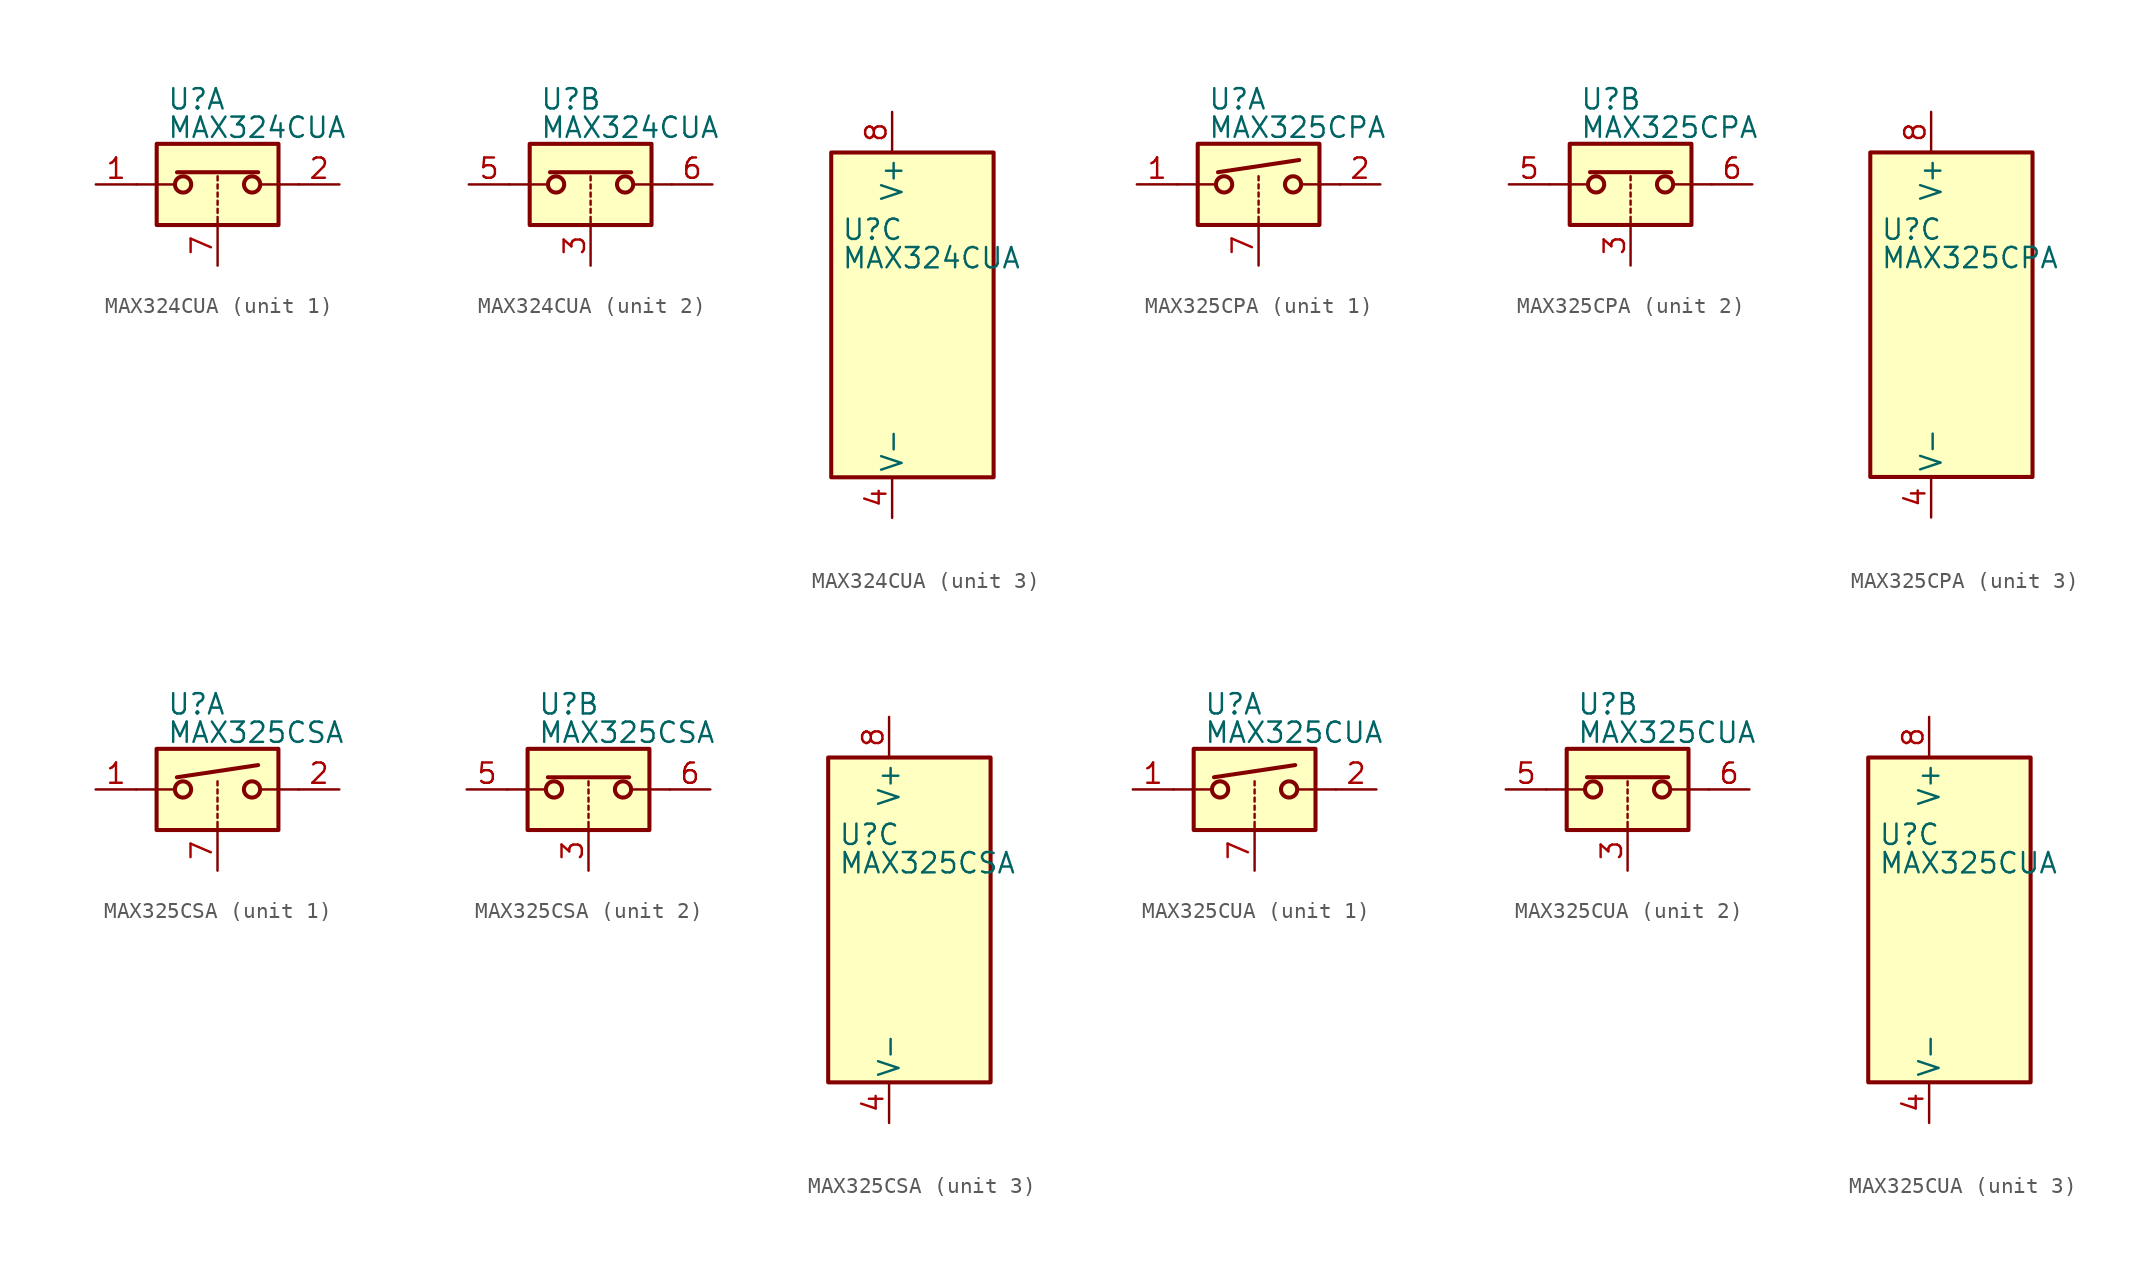
<source format=kicad_sym>
(kicad_symbol_lib
  (version 20220914)
  (generator kicad_symbol_editor)
  (symbol "MAX324CUA"
    (pin_names
      (offset 0.254))
    (property "Reference" "U"
      (at -3.175 5.334 0)
      (effects (font (size 1.27 1.27)) (justify left)))
    (property "Value" "MAX324CUA"
      (at -3.175 3.556 0)
      (effects (font (size 1.27 1.27)) (justify left)))
    (symbol "MAX324CUA_1_1"
      (rectangle (start -3.81 2.54) (end 3.81 -2.54) (stroke (width 0.254) (type default)) (fill (type background)))
      (circle (center -2.159 0) (radius 0.508) (stroke (width 0.254) (type default)) (fill (type none)))
      (polyline (pts (xy -5.08 0) (xy -2.794 0)) (stroke (width 0) (type default)) (fill (type none)))
      (polyline (pts (xy -2.54 0.762) (xy 2.54 0.762)) (stroke (width 0.254) (type default)) (fill (type none)))
      (polyline (pts (xy 0 -2.54) (xy 0 -2.032)) (stroke (width 0) (type default)) (fill (type none)))
      (polyline (pts (xy 0 -1.778) (xy 0 -1.524)) (stroke (width 0) (type default)) (fill (type none)))
      (polyline (pts (xy 0 -1.27) (xy 0 -1.016)) (stroke (width 0) (type default)) (fill (type none)))
      (polyline (pts (xy 0 -0.762) (xy 0 -0.508)) (stroke (width 0) (type default)) (fill (type none)))
      (polyline (pts (xy 0 -0.254) (xy 0 0)) (stroke (width 0) (type default)) (fill (type none)))
      (polyline (pts (xy 0 0.254) (xy 0 0.508)) (stroke (width 0) (type default)) (fill (type none)))
      (polyline (pts (xy 5.08 0) (xy 2.794 0)) (stroke (width 0) (type default)) (fill (type none)))
      (circle (center 2.159 0) (radius 0.508) (stroke (width 0.254) (type default)) (fill (type none)))
      (pin passive line (at -7.62 0 0) (length 2.54) (name "~" (effects (font (size 1.27 1.27)))) (number "1" (effects (font (size 1.27 1.27)))))
      (pin passive line (at 7.62 0 180) (length 2.54) (name "~" (effects (font (size 1.27 1.27)))) (number "2" (effects (font (size 1.27 1.27)))))
      (pin input line (at 0 -5.08 90) (length 2.54) (name "~" (effects (font (size 1.27 1.27)))) (number "7" (effects (font (size 1.27 1.27))))))
    (symbol "MAX324CUA_2_1"
      (rectangle (start -3.81 2.54) (end 3.81 -2.54) (stroke (width 0.254) (type default)) (fill (type background)))
      (circle (center -2.159 0) (radius 0.508) (stroke (width 0.254) (type default)) (fill (type none)))
      (polyline (pts (xy -5.08 0) (xy -2.794 0)) (stroke (width 0) (type default)) (fill (type none)))
      (polyline (pts (xy -2.54 0.762) (xy 2.54 0.762)) (stroke (width 0.254) (type default)) (fill (type none)))
      (polyline (pts (xy 0 -2.54) (xy 0 -2.032)) (stroke (width 0) (type default)) (fill (type none)))
      (polyline (pts (xy 0 -1.778) (xy 0 -1.524)) (stroke (width 0) (type default)) (fill (type none)))
      (polyline (pts (xy 0 -1.27) (xy 0 -1.016)) (stroke (width 0) (type default)) (fill (type none)))
      (polyline (pts (xy 0 -0.762) (xy 0 -0.508)) (stroke (width 0) (type default)) (fill (type none)))
      (polyline (pts (xy 0 -0.254) (xy 0 0)) (stroke (width 0) (type default)) (fill (type none)))
      (polyline (pts (xy 0 0.254) (xy 0 0.508)) (stroke (width 0) (type default)) (fill (type none)))
      (polyline (pts (xy 5.08 0) (xy 2.794 0)) (stroke (width 0) (type default)) (fill (type none)))
      (circle (center 2.159 0) (radius 0.508) (stroke (width 0.254) (type default)) (fill (type none)))
      (pin input line (at 0 -5.08 90) (length 2.54) (name "~" (effects (font (size 1.27 1.27)))) (number "3" (effects (font (size 1.27 1.27)))))
      (pin passive line (at -7.62 0 0) (length 2.54) (name "~" (effects (font (size 1.27 1.27)))) (number "5" (effects (font (size 1.27 1.27)))))
      (pin passive line (at 7.62 0 180) (length 2.54) (name "~" (effects (font (size 1.27 1.27)))) (number "6" (effects (font (size 1.27 1.27))))))
    (symbol "MAX324CUA_3_0"
      (pin power_in line (at 0 -12.7 90) (length 2.54) (name "V-" (effects (font (size 1.27 1.27)))) (number "4" (effects (font (size 1.27 1.27)))))
      (pin power_in line (at 0 12.7 270) (length 2.54) (name "V+" (effects (font (size 1.27 1.27)))) (number "8" (effects (font (size 1.27 1.27))))))
    (symbol "MAX324CUA_3_1"
      (rectangle (start -3.81 10.16) (end 6.35 -10.16) (stroke (width 0.254) (type default)) (fill (type background)))))
  (symbol "MAX325CPA"
    (pin_names
      (offset 0.254))
    (property "Reference" "U"
      (at -3.175 5.334 0)
      (effects (font (size 1.27 1.27)) (justify left)))
    (property "Value" "MAX325CPA"
      (at -3.175 3.556 0)
      (effects (font (size 1.27 1.27)) (justify left)))
    (symbol "MAX325CPA_1_1"
      (rectangle (start -3.81 2.54) (end 3.81 -2.54) (stroke (width 0.254) (type default)) (fill (type background)))
      (circle (center -2.159 0) (radius 0.508) (stroke (width 0.254) (type default)) (fill (type none)))
      (polyline (pts (xy -5.08 0) (xy -2.794 0)) (stroke (width 0) (type default)) (fill (type none)))
      (polyline (pts (xy -2.54 0.762) (xy 2.54 1.524)) (stroke (width 0.254) (type default)) (fill (type none)))
      (polyline (pts (xy 0 -2.54) (xy 0 -2.032)) (stroke (width 0) (type default)) (fill (type none)))
      (polyline (pts (xy 0 -1.778) (xy 0 -1.524)) (stroke (width 0) (type default)) (fill (type none)))
      (polyline (pts (xy 0 -1.27) (xy 0 -1.016)) (stroke (width 0) (type default)) (fill (type none)))
      (polyline (pts (xy 0 -0.762) (xy 0 -0.508)) (stroke (width 0) (type default)) (fill (type none)))
      (polyline (pts (xy 0 -0.254) (xy 0 0)) (stroke (width 0) (type default)) (fill (type none)))
      (polyline (pts (xy 0 0.254) (xy 0 0.508)) (stroke (width 0) (type default)) (fill (type none)))
      (polyline (pts (xy 5.08 0) (xy 2.794 0)) (stroke (width 0) (type default)) (fill (type none)))
      (circle (center 2.159 0) (radius 0.508) (stroke (width 0.254) (type default)) (fill (type none)))
      (pin passive line (at -7.62 0 0) (length 2.54) (name "~" (effects (font (size 1.27 1.27)))) (number "1" (effects (font (size 1.27 1.27)))))
      (pin passive line (at 7.62 0 180) (length 2.54) (name "~" (effects (font (size 1.27 1.27)))) (number "2" (effects (font (size 1.27 1.27)))))
      (pin input line (at 0 -5.08 90) (length 2.54) (name "~" (effects (font (size 1.27 1.27)))) (number "7" (effects (font (size 1.27 1.27))))))
    (symbol "MAX325CPA_2_1"
      (rectangle (start -3.81 2.54) (end 3.81 -2.54) (stroke (width 0.254) (type default)) (fill (type background)))
      (circle (center -2.159 0) (radius 0.508) (stroke (width 0.254) (type default)) (fill (type none)))
      (polyline (pts (xy -5.08 0) (xy -2.794 0)) (stroke (width 0) (type default)) (fill (type none)))
      (polyline (pts (xy -2.54 0.762) (xy 2.54 0.762)) (stroke (width 0.254) (type default)) (fill (type none)))
      (polyline (pts (xy 0 -2.54) (xy 0 -2.032)) (stroke (width 0) (type default)) (fill (type none)))
      (polyline (pts (xy 0 -1.778) (xy 0 -1.524)) (stroke (width 0) (type default)) (fill (type none)))
      (polyline (pts (xy 0 -1.27) (xy 0 -1.016)) (stroke (width 0) (type default)) (fill (type none)))
      (polyline (pts (xy 0 -0.762) (xy 0 -0.508)) (stroke (width 0) (type default)) (fill (type none)))
      (polyline (pts (xy 0 -0.254) (xy 0 0)) (stroke (width 0) (type default)) (fill (type none)))
      (polyline (pts (xy 0 0.254) (xy 0 0.508)) (stroke (width 0) (type default)) (fill (type none)))
      (polyline (pts (xy 5.08 0) (xy 2.794 0)) (stroke (width 0) (type default)) (fill (type none)))
      (circle (center 2.159 0) (radius 0.508) (stroke (width 0.254) (type default)) (fill (type none)))
      (pin input line (at 0 -5.08 90) (length 2.54) (name "~" (effects (font (size 1.27 1.27)))) (number "3" (effects (font (size 1.27 1.27)))))
      (pin passive line (at -7.62 0 0) (length 2.54) (name "~" (effects (font (size 1.27 1.27)))) (number "5" (effects (font (size 1.27 1.27)))))
      (pin passive line (at 7.62 0 180) (length 2.54) (name "~" (effects (font (size 1.27 1.27)))) (number "6" (effects (font (size 1.27 1.27))))))
    (symbol "MAX325CPA_3_0"
      (pin power_in line (at 0 -12.7 90) (length 2.54) (name "V-" (effects (font (size 1.27 1.27)))) (number "4" (effects (font (size 1.27 1.27)))))
      (pin power_in line (at 0 12.7 270) (length 2.54) (name "V+" (effects (font (size 1.27 1.27)))) (number "8" (effects (font (size 1.27 1.27))))))
    (symbol "MAX325CPA_3_1"
      (rectangle (start -3.81 10.16) (end 6.35 -10.16) (stroke (width 0.254) (type default)) (fill (type background)))))
  (symbol "MAX325CSA"
    (pin_names
      (offset 0.254))
    (property "Reference" "U"
      (at -3.175 5.334 0)
      (effects (font (size 1.27 1.27)) (justify left)))
    (property "Value" "MAX325CSA"
      (at -3.175 3.556 0)
      (effects (font (size 1.27 1.27)) (justify left)))
    (symbol "MAX325CSA_1_1"
      (rectangle (start -3.81 2.54) (end 3.81 -2.54) (stroke (width 0.254) (type default)) (fill (type background)))
      (circle (center -2.159 0) (radius 0.508) (stroke (width 0.254) (type default)) (fill (type none)))
      (polyline (pts (xy -5.08 0) (xy -2.794 0)) (stroke (width 0) (type default)) (fill (type none)))
      (polyline (pts (xy -2.54 0.762) (xy 2.54 1.524)) (stroke (width 0.254) (type default)) (fill (type none)))
      (polyline (pts (xy 0 -2.54) (xy 0 -2.032)) (stroke (width 0) (type default)) (fill (type none)))
      (polyline (pts (xy 0 -1.778) (xy 0 -1.524)) (stroke (width 0) (type default)) (fill (type none)))
      (polyline (pts (xy 0 -1.27) (xy 0 -1.016)) (stroke (width 0) (type default)) (fill (type none)))
      (polyline (pts (xy 0 -0.762) (xy 0 -0.508)) (stroke (width 0) (type default)) (fill (type none)))
      (polyline (pts (xy 0 -0.254) (xy 0 0)) (stroke (width 0) (type default)) (fill (type none)))
      (polyline (pts (xy 0 0.254) (xy 0 0.508)) (stroke (width 0) (type default)) (fill (type none)))
      (polyline (pts (xy 5.08 0) (xy 2.794 0)) (stroke (width 0) (type default)) (fill (type none)))
      (circle (center 2.159 0) (radius 0.508) (stroke (width 0.254) (type default)) (fill (type none)))
      (pin passive line (at -7.62 0 0) (length 2.54) (name "~" (effects (font (size 1.27 1.27)))) (number "1" (effects (font (size 1.27 1.27)))))
      (pin passive line (at 7.62 0 180) (length 2.54) (name "~" (effects (font (size 1.27 1.27)))) (number "2" (effects (font (size 1.27 1.27)))))
      (pin input line (at 0 -5.08 90) (length 2.54) (name "~" (effects (font (size 1.27 1.27)))) (number "7" (effects (font (size 1.27 1.27))))))
    (symbol "MAX325CSA_2_1"
      (rectangle (start -3.81 2.54) (end 3.81 -2.54) (stroke (width 0.254) (type default)) (fill (type background)))
      (circle (center -2.159 0) (radius 0.508) (stroke (width 0.254) (type default)) (fill (type none)))
      (polyline (pts (xy -5.08 0) (xy -2.794 0)) (stroke (width 0) (type default)) (fill (type none)))
      (polyline (pts (xy -2.54 0.762) (xy 2.54 0.762)) (stroke (width 0.254) (type default)) (fill (type none)))
      (polyline (pts (xy 0 -2.54) (xy 0 -2.032)) (stroke (width 0) (type default)) (fill (type none)))
      (polyline (pts (xy 0 -1.778) (xy 0 -1.524)) (stroke (width 0) (type default)) (fill (type none)))
      (polyline (pts (xy 0 -1.27) (xy 0 -1.016)) (stroke (width 0) (type default)) (fill (type none)))
      (polyline (pts (xy 0 -0.762) (xy 0 -0.508)) (stroke (width 0) (type default)) (fill (type none)))
      (polyline (pts (xy 0 -0.254) (xy 0 0)) (stroke (width 0) (type default)) (fill (type none)))
      (polyline (pts (xy 0 0.254) (xy 0 0.508)) (stroke (width 0) (type default)) (fill (type none)))
      (polyline (pts (xy 5.08 0) (xy 2.794 0)) (stroke (width 0) (type default)) (fill (type none)))
      (circle (center 2.159 0) (radius 0.508) (stroke (width 0.254) (type default)) (fill (type none)))
      (pin input line (at 0 -5.08 90) (length 2.54) (name "~" (effects (font (size 1.27 1.27)))) (number "3" (effects (font (size 1.27 1.27)))))
      (pin passive line (at -7.62 0 0) (length 2.54) (name "~" (effects (font (size 1.27 1.27)))) (number "5" (effects (font (size 1.27 1.27)))))
      (pin passive line (at 7.62 0 180) (length 2.54) (name "~" (effects (font (size 1.27 1.27)))) (number "6" (effects (font (size 1.27 1.27))))))
    (symbol "MAX325CSA_3_0"
      (pin power_in line (at 0 -12.7 90) (length 2.54) (name "V-" (effects (font (size 1.27 1.27)))) (number "4" (effects (font (size 1.27 1.27)))))
      (pin power_in line (at 0 12.7 270) (length 2.54) (name "V+" (effects (font (size 1.27 1.27)))) (number "8" (effects (font (size 1.27 1.27))))))
    (symbol "MAX325CSA_3_1"
      (rectangle (start -3.81 10.16) (end 6.35 -10.16) (stroke (width 0.254) (type default)) (fill (type background)))))
  (symbol "MAX325CUA"
    (pin_names
      (offset 0.254))
    (property "Reference" "U"
      (at -3.175 5.334 0)
      (effects (font (size 1.27 1.27)) (justify left)))
    (property "Value" "MAX325CUA"
      (at -3.175 3.556 0)
      (effects (font (size 1.27 1.27)) (justify left)))
    (symbol "MAX325CUA_1_1"
      (rectangle (start -3.81 2.54) (end 3.81 -2.54) (stroke (width 0.254) (type default)) (fill (type background)))
      (circle (center -2.159 0) (radius 0.508) (stroke (width 0.254) (type default)) (fill (type none)))
      (polyline (pts (xy -5.08 0) (xy -2.794 0)) (stroke (width 0) (type default)) (fill (type none)))
      (polyline (pts (xy -2.54 0.762) (xy 2.54 1.524)) (stroke (width 0.254) (type default)) (fill (type none)))
      (polyline (pts (xy 0 -2.54) (xy 0 -2.032)) (stroke (width 0) (type default)) (fill (type none)))
      (polyline (pts (xy 0 -1.778) (xy 0 -1.524)) (stroke (width 0) (type default)) (fill (type none)))
      (polyline (pts (xy 0 -1.27) (xy 0 -1.016)) (stroke (width 0) (type default)) (fill (type none)))
      (polyline (pts (xy 0 -0.762) (xy 0 -0.508)) (stroke (width 0) (type default)) (fill (type none)))
      (polyline (pts (xy 0 -0.254) (xy 0 0)) (stroke (width 0) (type default)) (fill (type none)))
      (polyline (pts (xy 0 0.254) (xy 0 0.508)) (stroke (width 0) (type default)) (fill (type none)))
      (polyline (pts (xy 5.08 0) (xy 2.794 0)) (stroke (width 0) (type default)) (fill (type none)))
      (circle (center 2.159 0) (radius 0.508) (stroke (width 0.254) (type default)) (fill (type none)))
      (pin passive line (at -7.62 0 0) (length 2.54) (name "~" (effects (font (size 1.27 1.27)))) (number "1" (effects (font (size 1.27 1.27)))))
      (pin passive line (at 7.62 0 180) (length 2.54) (name "~" (effects (font (size 1.27 1.27)))) (number "2" (effects (font (size 1.27 1.27)))))
      (pin input line (at 0 -5.08 90) (length 2.54) (name "~" (effects (font (size 1.27 1.27)))) (number "7" (effects (font (size 1.27 1.27))))))
    (symbol "MAX325CUA_2_1"
      (rectangle (start -3.81 2.54) (end 3.81 -2.54) (stroke (width 0.254) (type default)) (fill (type background)))
      (circle (center -2.159 0) (radius 0.508) (stroke (width 0.254) (type default)) (fill (type none)))
      (polyline (pts (xy -5.08 0) (xy -2.794 0)) (stroke (width 0) (type default)) (fill (type none)))
      (polyline (pts (xy -2.54 0.762) (xy 2.54 0.762)) (stroke (width 0.254) (type default)) (fill (type none)))
      (polyline (pts (xy 0 -2.54) (xy 0 -2.032)) (stroke (width 0) (type default)) (fill (type none)))
      (polyline (pts (xy 0 -1.778) (xy 0 -1.524)) (stroke (width 0) (type default)) (fill (type none)))
      (polyline (pts (xy 0 -1.27) (xy 0 -1.016)) (stroke (width 0) (type default)) (fill (type none)))
      (polyline (pts (xy 0 -0.762) (xy 0 -0.508)) (stroke (width 0) (type default)) (fill (type none)))
      (polyline (pts (xy 0 -0.254) (xy 0 0)) (stroke (width 0) (type default)) (fill (type none)))
      (polyline (pts (xy 0 0.254) (xy 0 0.508)) (stroke (width 0) (type default)) (fill (type none)))
      (polyline (pts (xy 5.08 0) (xy 2.794 0)) (stroke (width 0) (type default)) (fill (type none)))
      (circle (center 2.159 0) (radius 0.508) (stroke (width 0.254) (type default)) (fill (type none)))
      (pin input line (at 0 -5.08 90) (length 2.54) (name "~" (effects (font (size 1.27 1.27)))) (number "3" (effects (font (size 1.27 1.27)))))
      (pin passive line (at -7.62 0 0) (length 2.54) (name "~" (effects (font (size 1.27 1.27)))) (number "5" (effects (font (size 1.27 1.27)))))
      (pin passive line (at 7.62 0 180) (length 2.54) (name "~" (effects (font (size 1.27 1.27)))) (number "6" (effects (font (size 1.27 1.27))))))
    (symbol "MAX325CUA_3_0"
      (pin power_in line (at 0 -12.7 90) (length 2.54) (name "V-" (effects (font (size 1.27 1.27)))) (number "4" (effects (font (size 1.27 1.27)))))
      (pin power_in line (at 0 12.7 270) (length 2.54) (name "V+" (effects (font (size 1.27 1.27)))) (number "8" (effects (font (size 1.27 1.27))))))
    (symbol "MAX325CUA_3_1"
      (rectangle (start -3.81 10.16) (end 6.35 -10.16) (stroke (width 0.254) (type default)) (fill (type background))))))
</source>
